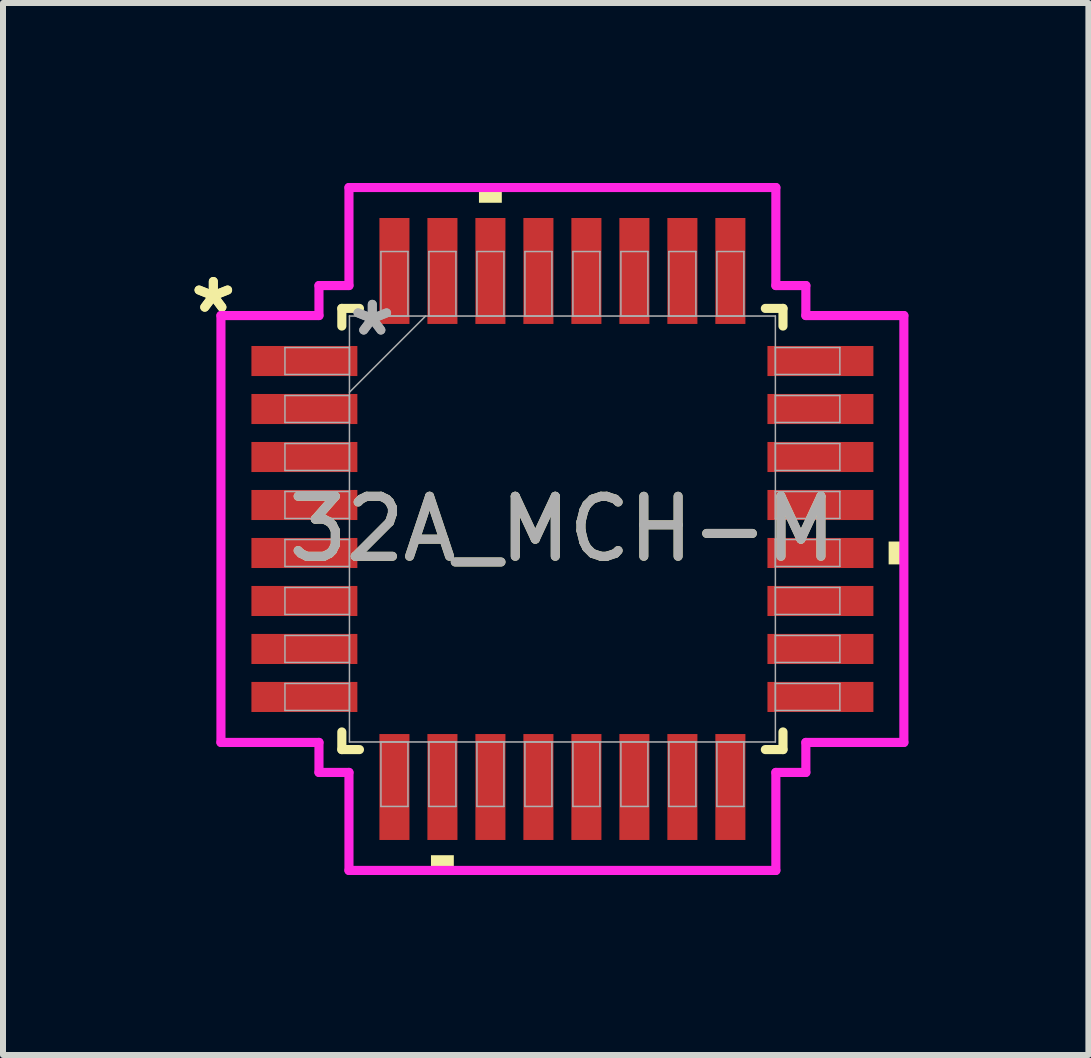
<source format=kicad_pcb>
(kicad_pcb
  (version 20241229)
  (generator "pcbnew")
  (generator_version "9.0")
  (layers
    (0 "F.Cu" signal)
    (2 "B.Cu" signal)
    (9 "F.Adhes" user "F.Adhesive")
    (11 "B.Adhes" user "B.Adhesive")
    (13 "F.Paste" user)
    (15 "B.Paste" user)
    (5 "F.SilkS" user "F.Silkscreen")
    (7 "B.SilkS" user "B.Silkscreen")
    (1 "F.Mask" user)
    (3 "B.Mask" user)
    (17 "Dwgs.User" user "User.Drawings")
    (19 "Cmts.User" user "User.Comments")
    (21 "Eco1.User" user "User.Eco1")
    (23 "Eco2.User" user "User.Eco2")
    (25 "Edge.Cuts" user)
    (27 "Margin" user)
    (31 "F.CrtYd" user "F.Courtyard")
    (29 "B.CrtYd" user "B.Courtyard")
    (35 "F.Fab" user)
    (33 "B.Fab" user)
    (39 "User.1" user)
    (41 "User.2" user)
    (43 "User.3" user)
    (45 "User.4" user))
  (footprint "32A_MCH-M"
    (layer "F.Cu")
    (at 6.325 5.768)
    (property "Reference" "32A_MCH-M" (at 0 0 0) (unlocked yes) (layer "F.SilkS") (effects (font (size 1 1) (thickness 0.15))))
    (attr smd)
    (fp_line (start -3.677 -3.677) (end -3.677 -3.383) (stroke (width 0.152) (type solid)) (layer "F.SilkS"))
    (fp_line (start -3.677 3.383) (end -3.677 3.677) (stroke (width 0.152) (type solid)) (layer "F.SilkS"))
    (fp_line (start -3.677 3.677) (end -3.383 3.677) (stroke (width 0.152) (type solid)) (layer "F.SilkS"))
    (fp_line (start -3.383 -3.677) (end -3.677 -3.677) (stroke (width 0.152) (type solid)) (layer "F.SilkS"))
    (fp_line (start 3.383 3.677) (end 3.677 3.677) (stroke (width 0.152) (type solid)) (layer "F.SilkS"))
    (fp_line (start 3.677 -3.677) (end 3.383 -3.677) (stroke (width 0.152) (type solid)) (layer "F.SilkS"))
    (fp_line (start 3.677 -3.383) (end 3.677 -3.677) (stroke (width 0.152) (type solid)) (layer "F.SilkS"))
    (fp_line (start 3.677 3.677) (end 3.677 3.383) (stroke (width 0.152) (type solid)) (layer "F.SilkS"))
    (fp_poly (pts (xy -2.191 5.438) (xy -2.191 5.692) (xy -1.81 5.692) (xy -1.81 5.438)) (stroke (width 0) (type solid)) (fill yes) (layer "F.SilkS"))
    (fp_poly (pts (xy -1.391 -5.438) (xy -1.391 -5.692) (xy -1.01 -5.692) (xy -1.01 -5.438)) (stroke (width 0) (type solid)) (fill yes) (layer "F.SilkS"))
    (fp_poly (pts (xy 5.692 0.209) (xy 5.692 0.59) (xy 5.438 0.59) (xy 5.438 0.209)) (stroke (width 0) (type solid)) (fill yes) (layer "F.SilkS"))
    (fp_line (start -5.692 -3.558) (end -4.058 -3.558) (stroke (width 0.152) (type solid)) (layer "F.CrtYd"))
    (fp_line (start -5.692 3.558) (end -5.692 -3.558) (stroke (width 0.152) (type solid)) (layer "F.CrtYd"))
    (fp_line (start -4.058 -4.058) (end -3.558 -4.058) (stroke (width 0.152) (type solid)) (layer "F.CrtYd"))
    (fp_line (start -4.058 -3.558) (end -4.058 -4.058) (stroke (width 0.152) (type solid)) (layer "F.CrtYd"))
    (fp_line (start -4.058 3.558) (end -5.692 3.558) (stroke (width 0.152) (type solid)) (layer "F.CrtYd"))
    (fp_line (start -4.058 4.058) (end -4.058 3.558) (stroke (width 0.152) (type solid)) (layer "F.CrtYd"))
    (fp_line (start -4.058 4.058) (end -3.558 4.058) (stroke (width 0.152) (type solid)) (layer "F.CrtYd"))
    (fp_line (start -3.558 -5.692) (end 3.558 -5.692) (stroke (width 0.152) (type solid)) (layer "F.CrtYd"))
    (fp_line (start -3.558 -4.058) (end -3.558 -5.692) (stroke (width 0.152) (type solid)) (layer "F.CrtYd"))
    (fp_line (start -3.558 4.058) (end -3.558 5.692) (stroke (width 0.152) (type solid)) (layer "F.CrtYd"))
    (fp_line (start -3.558 5.692) (end 3.558 5.692) (stroke (width 0.152) (type solid)) (layer "F.CrtYd"))
    (fp_line (start 3.558 -5.692) (end 3.558 -4.058) (stroke (width 0.152) (type solid)) (layer "F.CrtYd"))
    (fp_line (start 3.558 -4.058) (end 4.058 -4.058) (stroke (width 0.152) (type solid)) (layer "F.CrtYd"))
    (fp_line (start 3.558 4.058) (end 4.058 4.058) (stroke (width 0.152) (type solid)) (layer "F.CrtYd"))
    (fp_line (start 3.558 5.692) (end 3.558 4.058) (stroke (width 0.152) (type solid)) (layer "F.CrtYd"))
    (fp_line (start 4.058 -3.558) (end 4.058 -4.058) (stroke (width 0.152) (type solid)) (layer "F.CrtYd"))
    (fp_line (start 4.058 3.558) (end 5.692 3.558) (stroke (width 0.152) (type solid)) (layer "F.CrtYd"))
    (fp_line (start 4.058 4.058) (end 4.058 3.558) (stroke (width 0.152) (type solid)) (layer "F.CrtYd"))
    (fp_line (start 5.692 -3.558) (end 4.058 -3.558) (stroke (width 0.152) (type solid)) (layer "F.CrtYd"))
    (fp_line (start 5.692 3.558) (end 5.692 -3.558) (stroke (width 0.152) (type solid)) (layer "F.CrtYd"))
    (fp_line (start -4.625 -3.025) (end -4.625 -2.575) (stroke (width 0.025) (type solid)) (layer "F.Fab"))
    (fp_line (start -4.625 -2.575) (end -3.55 -2.575) (stroke (width 0.025) (type solid)) (layer "F.Fab"))
    (fp_line (start -4.625 -2.225) (end -4.625 -1.775) (stroke (width 0.025) (type solid)) (layer "F.Fab"))
    (fp_line (start -4.625 -1.775) (end -3.55 -1.775) (stroke (width 0.025) (type solid)) (layer "F.Fab"))
    (fp_line (start -4.625 -1.425) (end -4.625 -0.975) (stroke (width 0.025) (type solid)) (layer "F.Fab"))
    (fp_line (start -4.625 -0.975) (end -3.55 -0.975) (stroke (width 0.025) (type solid)) (layer "F.Fab"))
    (fp_line (start -4.625 -0.625) (end -4.625 -0.175) (stroke (width 0.025) (type solid)) (layer "F.Fab"))
    (fp_line (start -4.625 -0.175) (end -3.55 -0.175) (stroke (width 0.025) (type solid)) (layer "F.Fab"))
    (fp_line (start -4.625 0.175) (end -4.625 0.625) (stroke (width 0.025) (type solid)) (layer "F.Fab"))
    (fp_line (start -4.625 0.625) (end -3.55 0.625) (stroke (width 0.025) (type solid)) (layer "F.Fab"))
    (fp_line (start -4.625 0.975) (end -4.625 1.425) (stroke (width 0.025) (type solid)) (layer "F.Fab"))
    (fp_line (start -4.625 1.425) (end -3.55 1.425) (stroke (width 0.025) (type solid)) (layer "F.Fab"))
    (fp_line (start -4.625 1.775) (end -4.625 2.225) (stroke (width 0.025) (type solid)) (layer "F.Fab"))
    (fp_line (start -4.625 2.225) (end -3.55 2.225) (stroke (width 0.025) (type solid)) (layer "F.Fab"))
    (fp_line (start -4.625 2.575) (end -4.625 3.025) (stroke (width 0.025) (type solid)) (layer "F.Fab"))
    (fp_line (start -4.625 3.025) (end -3.55 3.025) (stroke (width 0.025) (type solid)) (layer "F.Fab"))
    (fp_line (start -3.55 -3.55) (end -3.55 3.55) (stroke (width 0.025) (type solid)) (layer "F.Fab"))
    (fp_line (start -3.55 -3.025) (end -4.625 -3.025) (stroke (width 0.025) (type solid)) (layer "F.Fab"))
    (fp_line (start -3.55 -2.575) (end -3.55 -3.025) (stroke (width 0.025) (type solid)) (layer "F.Fab"))
    (fp_line (start -3.55 -2.28) (end -2.28 -3.55) (stroke (width 0.025) (type solid)) (layer "F.Fab"))
    (fp_line (start -3.55 -2.225) (end -4.625 -2.225) (stroke (width 0.025) (type solid)) (layer "F.Fab"))
    (fp_line (start -3.55 -1.775) (end -3.55 -2.225) (stroke (width 0.025) (type solid)) (layer "F.Fab"))
    (fp_line (start -3.55 -1.425) (end -4.625 -1.425) (stroke (width 0.025) (type solid)) (layer "F.Fab"))
    (fp_line (start -3.55 -0.975) (end -3.55 -1.425) (stroke (width 0.025) (type solid)) (layer "F.Fab"))
    (fp_line (start -3.55 -0.625) (end -4.625 -0.625) (stroke (width 0.025) (type solid)) (layer "F.Fab"))
    (fp_line (start -3.55 -0.175) (end -3.55 -0.625) (stroke (width 0.025) (type solid)) (layer "F.Fab"))
    (fp_line (start -3.55 0.175) (end -4.625 0.175) (stroke (width 0.025) (type solid)) (layer "F.Fab"))
    (fp_line (start -3.55 0.625) (end -3.55 0.175) (stroke (width 0.025) (type solid)) (layer "F.Fab"))
    (fp_line (start -3.55 0.975) (end -4.625 0.975) (stroke (width 0.025) (type solid)) (layer "F.Fab"))
    (fp_line (start -3.55 1.425) (end -3.55 0.975) (stroke (width 0.025) (type solid)) (layer "F.Fab"))
    (fp_line (start -3.55 1.775) (end -4.625 1.775) (stroke (width 0.025) (type solid)) (layer "F.Fab"))
    (fp_line (start -3.55 2.225) (end -3.55 1.775) (stroke (width 0.025) (type solid)) (layer "F.Fab"))
    (fp_line (start -3.55 2.575) (end -4.625 2.575) (stroke (width 0.025) (type solid)) (layer "F.Fab"))
    (fp_line (start -3.55 3.025) (end -3.55 2.575) (stroke (width 0.025) (type solid)) (layer "F.Fab"))
    (fp_line (start -3.55 3.55) (end 3.55 3.55) (stroke (width 0.025) (type solid)) (layer "F.Fab"))
    (fp_line (start -3.025 -4.625) (end -3.025 -3.55) (stroke (width 0.025) (type solid)) (layer "F.Fab"))
    (fp_line (start -3.025 -3.55) (end -2.575 -3.55) (stroke (width 0.025) (type solid)) (layer "F.Fab"))
    (fp_line (start -3.025 3.55) (end -3.025 4.625) (stroke (width 0.025) (type solid)) (layer "F.Fab"))
    (fp_line (start -3.025 4.625) (end -2.575 4.625) (stroke (width 0.025) (type solid)) (layer "F.Fab"))
    (fp_line (start -2.575 3.55) (end -3.025 3.55) (stroke (width 0.025) (type solid)) (layer "F.Fab"))
    (fp_line (start -2.575 4.625) (end -2.575 3.55) (stroke (width 0.025) (type solid)) (layer "F.Fab"))
    (fp_line (start -2.575 -4.625) (end -3.025 -4.625) (stroke (width 0.025) (type solid)) (layer "F.Fab"))
    (fp_line (start -2.575 -3.55) (end -2.575 -4.625) (stroke (width 0.025) (type solid)) (layer "F.Fab"))
    (fp_line (start -2.225 -4.625) (end -2.225 -3.55) (stroke (width 0.025) (type solid)) (layer "F.Fab"))
    (fp_line (start -2.225 -3.55) (end -1.775 -3.55) (stroke (width 0.025) (type solid)) (layer "F.Fab"))
    (fp_line (start -2.225 3.55) (end -2.225 4.625) (stroke (width 0.025) (type solid)) (layer "F.Fab"))
    (fp_line (start -2.225 4.625) (end -1.775 4.625) (stroke (width 0.025) (type solid)) (layer "F.Fab"))
    (fp_line (start -1.775 -4.625) (end -2.225 -4.625) (stroke (width 0.025) (type solid)) (layer "F.Fab"))
    (fp_line (start -1.775 -3.55) (end -1.775 -4.625) (stroke (width 0.025) (type solid)) (layer "F.Fab"))
    (fp_line (start -1.775 3.55) (end -2.225 3.55) (stroke (width 0.025) (type solid)) (layer "F.Fab"))
    (fp_line (start -1.775 4.625) (end -1.775 3.55) (stroke (width 0.025) (type solid)) (layer "F.Fab"))
    (fp_line (start -1.425 -4.625) (end -1.425 -3.55) (stroke (width 0.025) (type solid)) (layer "F.Fab"))
    (fp_line (start -1.425 -3.55) (end -0.975 -3.55) (stroke (width 0.025) (type solid)) (layer "F.Fab"))
    (fp_line (start -1.425 3.55) (end -1.425 4.625) (stroke (width 0.025) (type solid)) (layer "F.Fab"))
    (fp_line (start -1.425 4.625) (end -0.975 4.625) (stroke (width 0.025) (type solid)) (layer "F.Fab"))
    (fp_line (start -0.975 -4.625) (end -1.425 -4.625) (stroke (width 0.025) (type solid)) (layer "F.Fab"))
    (fp_line (start -0.975 -3.55) (end -0.975 -4.625) (stroke (width 0.025) (type solid)) (layer "F.Fab"))
    (fp_line (start -0.975 3.55) (end -1.425 3.55) (stroke (width 0.025) (type solid)) (layer "F.Fab"))
    (fp_line (start -0.975 4.625) (end -0.975 3.55) (stroke (width 0.025) (type solid)) (layer "F.Fab"))
    (fp_line (start -0.625 -4.625) (end -0.625 -3.55) (stroke (width 0.025) (type solid)) (layer "F.Fab"))
    (fp_line (start -0.625 -3.55) (end -0.175 -3.55) (stroke (width 0.025) (type solid)) (layer "F.Fab"))
    (fp_line (start -0.625 3.55) (end -0.625 4.625) (stroke (width 0.025) (type solid)) (layer "F.Fab"))
    (fp_line (start -0.625 4.625) (end -0.175 4.625) (stroke (width 0.025) (type solid)) (layer "F.Fab"))
    (fp_line (start -0.175 -4.625) (end -0.625 -4.625) (stroke (width 0.025) (type solid)) (layer "F.Fab"))
    (fp_line (start -0.175 -3.55) (end -0.175 -4.625) (stroke (width 0.025) (type solid)) (layer "F.Fab"))
    (fp_line (start -0.175 3.55) (end -0.625 3.55) (stroke (width 0.025) (type solid)) (layer "F.Fab"))
    (fp_line (start -0.175 4.625) (end -0.175 3.55) (stroke (width 0.025) (type solid)) (layer "F.Fab"))
    (fp_line (start 0.175 -4.625) (end 0.175 -3.55) (stroke (width 0.025) (type solid)) (layer "F.Fab"))
    (fp_line (start 0.175 -3.55) (end 0.625 -3.55) (stroke (width 0.025) (type solid)) (layer "F.Fab"))
    (fp_line (start 0.175 3.55) (end 0.175 4.625) (stroke (width 0.025) (type solid)) (layer "F.Fab"))
    (fp_line (start 0.175 4.625) (end 0.625 4.625) (stroke (width 0.025) (type solid)) (layer "F.Fab"))
    (fp_line (start 0.625 -4.625) (end 0.175 -4.625) (stroke (width 0.025) (type solid)) (layer "F.Fab"))
    (fp_line (start 0.625 -3.55) (end 0.625 -4.625) (stroke (width 0.025) (type solid)) (layer "F.Fab"))
    (fp_line (start 0.625 3.55) (end 0.175 3.55) (stroke (width 0.025) (type solid)) (layer "F.Fab"))
    (fp_line (start 0.625 4.625) (end 0.625 3.55) (stroke (width 0.025) (type solid)) (layer "F.Fab"))
    (fp_line (start 0.975 -4.625) (end 0.975 -3.55) (stroke (width 0.025) (type solid)) (layer "F.Fab"))
    (fp_line (start 0.975 -3.55) (end 1.425 -3.55) (stroke (width 0.025) (type solid)) (layer "F.Fab"))
    (fp_line (start 0.975 3.55) (end 0.975 4.625) (stroke (width 0.025) (type solid)) (layer "F.Fab"))
    (fp_line (start 0.975 4.625) (end 1.425 4.625) (stroke (width 0.025) (type solid)) (layer "F.Fab"))
    (fp_line (start 1.425 -4.625) (end 0.975 -4.625) (stroke (width 0.025) (type solid)) (layer "F.Fab"))
    (fp_line (start 1.425 -3.55) (end 1.425 -4.625) (stroke (width 0.025) (type solid)) (layer "F.Fab"))
    (fp_line (start 1.425 3.55) (end 0.975 3.55) (stroke (width 0.025) (type solid)) (layer "F.Fab"))
    (fp_line (start 1.425 4.625) (end 1.425 3.55) (stroke (width 0.025) (type solid)) (layer "F.Fab"))
    (fp_line (start 1.775 -4.625) (end 1.775 -3.55) (stroke (width 0.025) (type solid)) (layer "F.Fab"))
    (fp_line (start 1.775 -3.55) (end 2.225 -3.55) (stroke (width 0.025) (type solid)) (layer "F.Fab"))
    (fp_line (start 1.775 3.55) (end 1.775 4.625) (stroke (width 0.025) (type solid)) (layer "F.Fab"))
    (fp_line (start 1.775 4.625) (end 2.225 4.625) (stroke (width 0.025) (type solid)) (layer "F.Fab"))
    (fp_line (start 2.225 -4.625) (end 1.775 -4.625) (stroke (width 0.025) (type solid)) (layer "F.Fab"))
    (fp_line (start 2.225 -3.55) (end 2.225 -4.625) (stroke (width 0.025) (type solid)) (layer "F.Fab"))
    (fp_line (start 2.225 3.55) (end 1.775 3.55) (stroke (width 0.025) (type solid)) (layer "F.Fab"))
    (fp_line (start 2.225 4.625) (end 2.225 3.55) (stroke (width 0.025) (type solid)) (layer "F.Fab"))
    (fp_line (start 2.575 3.55) (end 2.575 4.625) (stroke (width 0.025) (type solid)) (layer "F.Fab"))
    (fp_line (start 2.575 4.625) (end 3.025 4.625) (stroke (width 0.025) (type solid)) (layer "F.Fab"))
    (fp_line (start 2.575 -4.625) (end 2.575 -3.55) (stroke (width 0.025) (type solid)) (layer "F.Fab"))
    (fp_line (start 2.575 -3.55) (end 3.025 -3.55) (stroke (width 0.025) (type solid)) (layer "F.Fab"))
    (fp_line (start 3.025 -4.625) (end 2.575 -4.625) (stroke (width 0.025) (type solid)) (layer "F.Fab"))
    (fp_line (start 3.025 -3.55) (end 3.025 -4.625) (stroke (width 0.025) (type solid)) (layer "F.Fab"))
    (fp_line (start 3.025 3.55) (end 2.575 3.55) (stroke (width 0.025) (type solid)) (layer "F.Fab"))
    (fp_line (start 3.025 4.625) (end 3.025 3.55) (stroke (width 0.025) (type solid)) (layer "F.Fab"))
    (fp_line (start 3.55 -3.55) (end -3.55 -3.55) (stroke (width 0.025) (type solid)) (layer "F.Fab"))
    (fp_line (start 3.55 -3.025) (end 3.55 -2.575) (stroke (width 0.025) (type solid)) (layer "F.Fab"))
    (fp_line (start 3.55 -2.575) (end 4.625 -2.575) (stroke (width 0.025) (type solid)) (layer "F.Fab"))
    (fp_line (start 3.55 -2.225) (end 3.55 -1.775) (stroke (width 0.025) (type solid)) (layer "F.Fab"))
    (fp_line (start 3.55 -1.775) (end 4.625 -1.775) (stroke (width 0.025) (type solid)) (layer "F.Fab"))
    (fp_line (start 3.55 -1.425) (end 3.55 -0.975) (stroke (width 0.025) (type solid)) (layer "F.Fab"))
    (fp_line (start 3.55 -0.975) (end 4.625 -0.975) (stroke (width 0.025) (type solid)) (layer "F.Fab"))
    (fp_line (start 3.55 -0.625) (end 3.55 -0.175) (stroke (width 0.025) (type solid)) (layer "F.Fab"))
    (fp_line (start 3.55 -0.175) (end 4.625 -0.175) (stroke (width 0.025) (type solid)) (layer "F.Fab"))
    (fp_line (start 3.55 0.175) (end 3.55 0.625) (stroke (width 0.025) (type solid)) (layer "F.Fab"))
    (fp_line (start 3.55 0.625) (end 4.625 0.625) (stroke (width 0.025) (type solid)) (layer "F.Fab"))
    (fp_line (start 3.55 0.975) (end 3.55 1.425) (stroke (width 0.025) (type solid)) (layer "F.Fab"))
    (fp_line (start 3.55 1.425) (end 4.625 1.425) (stroke (width 0.025) (type solid)) (layer "F.Fab"))
    (fp_line (start 3.55 1.775) (end 3.55 2.225) (stroke (width 0.025) (type solid)) (layer "F.Fab"))
    (fp_line (start 3.55 2.225) (end 4.625 2.225) (stroke (width 0.025) (type solid)) (layer "F.Fab"))
    (fp_line (start 3.55 2.575) (end 3.55 3.025) (stroke (width 0.025) (type solid)) (layer "F.Fab"))
    (fp_line (start 3.55 3.025) (end 4.625 3.025) (stroke (width 0.025) (type solid)) (layer "F.Fab"))
    (fp_line (start 3.55 3.55) (end 3.55 -3.55) (stroke (width 0.025) (type solid)) (layer "F.Fab"))
    (fp_line (start 4.625 -3.025) (end 3.55 -3.025) (stroke (width 0.025) (type solid)) (layer "F.Fab"))
    (fp_line (start 4.625 -2.575) (end 4.625 -3.025) (stroke (width 0.025) (type solid)) (layer "F.Fab"))
    (fp_line (start 4.625 -2.225) (end 3.55 -2.225) (stroke (width 0.025) (type solid)) (layer "F.Fab"))
    (fp_line (start 4.625 -1.775) (end 4.625 -2.225) (stroke (width 0.025) (type solid)) (layer "F.Fab"))
    (fp_line (start 4.625 -1.425) (end 3.55 -1.425) (stroke (width 0.025) (type solid)) (layer "F.Fab"))
    (fp_line (start 4.625 -0.975) (end 4.625 -1.425) (stroke (width 0.025) (type solid)) (layer "F.Fab"))
    (fp_line (start 4.625 -0.625) (end 3.55 -0.625) (stroke (width 0.025) (type solid)) (layer "F.Fab"))
    (fp_line (start 4.625 -0.175) (end 4.625 -0.625) (stroke (width 0.025) (type solid)) (layer "F.Fab"))
    (fp_line (start 4.625 0.175) (end 3.55 0.175) (stroke (width 0.025) (type solid)) (layer "F.Fab"))
    (fp_line (start 4.625 0.625) (end 4.625 0.175) (stroke (width 0.025) (type solid)) (layer "F.Fab"))
    (fp_line (start 4.625 0.975) (end 3.55 0.975) (stroke (width 0.025) (type solid)) (layer "F.Fab"))
    (fp_line (start 4.625 1.425) (end 4.625 0.975) (stroke (width 0.025) (type solid)) (layer "F.Fab"))
    (fp_line (start 4.625 1.775) (end 3.55 1.775) (stroke (width 0.025) (type solid)) (layer "F.Fab"))
    (fp_line (start 4.625 2.225) (end 4.625 1.775) (stroke (width 0.025) (type solid)) (layer "F.Fab"))
    (fp_line (start 4.625 2.575) (end 3.55 2.575) (stroke (width 0.025) (type solid)) (layer "F.Fab"))
    (fp_line (start 4.625 3.025) (end 4.625 2.575) (stroke (width 0.025) (type solid)) (layer "F.Fab"))
    (fp_text user "*" (at -5.819 -3.581 0) (unlocked yes) (layer "F.SilkS") (effects (font (size 1 1) (thickness 0.15))))
    (fp_text user "*" (at -5.819 -3.581 0) (layer "F.SilkS") (effects (font (size 1 1) (thickness 0.15))))
    (fp_text user "*" (at -3.169 -3.2 0) (unlocked yes) (layer "F.Fab") (effects (font (size 1 1) (thickness 0.15))))
    (fp_text user "*" (at -3.169 -3.2 0) (layer "F.Fab") (effects (font (size 1 1) (thickness 0.15))))
    (fp_text user "${REFERENCE}" (at 0 0 0) (unlocked yes) (layer "F.Fab") (effects (font (size 1 1) (thickness 0.15))))
    (pad "1" smd rect (at -4.301 -2.8 90) (size 0.501 1.766) (layers "F.Cu" "F.Mask" "F.Paste"))
    (pad "2" smd rect (at -4.301 -2 90) (size 0.501 1.766) (layers "F.Cu" "F.Mask" "F.Paste"))
    (pad "3" smd rect (at -4.301 -1.2 90) (size 0.501 1.766) (layers "F.Cu" "F.Mask" "F.Paste"))
    (pad "4" smd rect (at -4.301 -0.4 90) (size 0.501 1.766) (layers "F.Cu" "F.Mask" "F.Paste"))
    (pad "5" smd rect (at -4.301 0.4 90) (size 0.501 1.766) (layers "F.Cu" "F.Mask" "F.Paste"))
    (pad "6" smd rect (at -4.301 1.2 90) (size 0.501 1.766) (layers "F.Cu" "F.Mask" "F.Paste"))
    (pad "7" smd rect (at -4.301 2 90) (size 0.501 1.766) (layers "F.Cu" "F.Mask" "F.Paste"))
    (pad "8" smd rect (at -4.301 2.8 90) (size 0.501 1.766) (layers "F.Cu" "F.Mask" "F.Paste"))
    (pad "9" smd rect (at -2.8 4.301) (size 0.501 1.766) (layers "F.Cu" "F.Mask" "F.Paste"))
    (pad "10" smd rect (at -2 4.301) (size 0.501 1.766) (layers "F.Cu" "F.Mask" "F.Paste"))
    (pad "11" smd rect (at -1.2 4.301) (size 0.501 1.766) (layers "F.Cu" "F.Mask" "F.Paste"))
    (pad "12" smd rect (at -0.4 4.301) (size 0.501 1.766) (layers "F.Cu" "F.Mask" "F.Paste"))
    (pad "13" smd rect (at 0.4 4.301) (size 0.501 1.766) (layers "F.Cu" "F.Mask" "F.Paste"))
    (pad "14" smd rect (at 1.2 4.301) (size 0.501 1.766) (layers "F.Cu" "F.Mask" "F.Paste"))
    (pad "15" smd rect (at 2 4.301) (size 0.501 1.766) (layers "F.Cu" "F.Mask" "F.Paste"))
    (pad "16" smd rect (at 2.8 4.301) (size 0.501 1.766) (layers "F.Cu" "F.Mask" "F.Paste"))
    (pad "17" smd rect (at 4.301 2.8 90) (size 0.501 1.766) (layers "F.Cu" "F.Mask" "F.Paste"))
    (pad "18" smd rect (at 4.301 2 90) (size 0.501 1.766) (layers "F.Cu" "F.Mask" "F.Paste"))
    (pad "19" smd rect (at 4.301 1.2 90) (size 0.501 1.766) (layers "F.Cu" "F.Mask" "F.Paste"))
    (pad "20" smd rect (at 4.301 0.4 90) (size 0.501 1.766) (layers "F.Cu" "F.Mask" "F.Paste"))
    (pad "21" smd rect (at 4.301 -0.4 90) (size 0.501 1.766) (layers "F.Cu" "F.Mask" "F.Paste"))
    (pad "22" smd rect (at 4.301 -1.2 90) (size 0.501 1.766) (layers "F.Cu" "F.Mask" "F.Paste"))
    (pad "23" smd rect (at 4.301 -2 90) (size 0.501 1.766) (layers "F.Cu" "F.Mask" "F.Paste"))
    (pad "24" smd rect (at 4.301 -2.8 90) (size 0.501 1.766) (layers "F.Cu" "F.Mask" "F.Paste"))
    (pad "25" smd rect (at 2.8 -4.301) (size 0.501 1.766) (layers "F.Cu" "F.Mask" "F.Paste"))
    (pad "26" smd rect (at 2 -4.301) (size 0.501 1.766) (layers "F.Cu" "F.Mask" "F.Paste"))
    (pad "27" smd rect (at 1.2 -4.301) (size 0.501 1.766) (layers "F.Cu" "F.Mask" "F.Paste"))
    (pad "28" smd rect (at 0.4 -4.301) (size 0.501 1.766) (layers "F.Cu" "F.Mask" "F.Paste"))
    (pad "29" smd rect (at -0.4 -4.301) (size 0.501 1.766) (layers "F.Cu" "F.Mask" "F.Paste"))
    (pad "30" smd rect (at -1.2 -4.301) (size 0.501 1.766) (layers "F.Cu" "F.Mask" "F.Paste"))
    (pad "31" smd rect (at -2 -4.301) (size 0.501 1.766) (layers "F.Cu" "F.Mask" "F.Paste"))
    (pad "32" smd rect (at -2.8 -4.301) (size 0.501 1.766) (layers "F.Cu" "F.Mask" "F.Paste")))
  (gr_rect
    (start -3 -3)
    (end 15.093 14.536)
    (stroke (width 0.1) (type default))
    (fill no)
    (layer "Edge.Cuts")))
</source>
